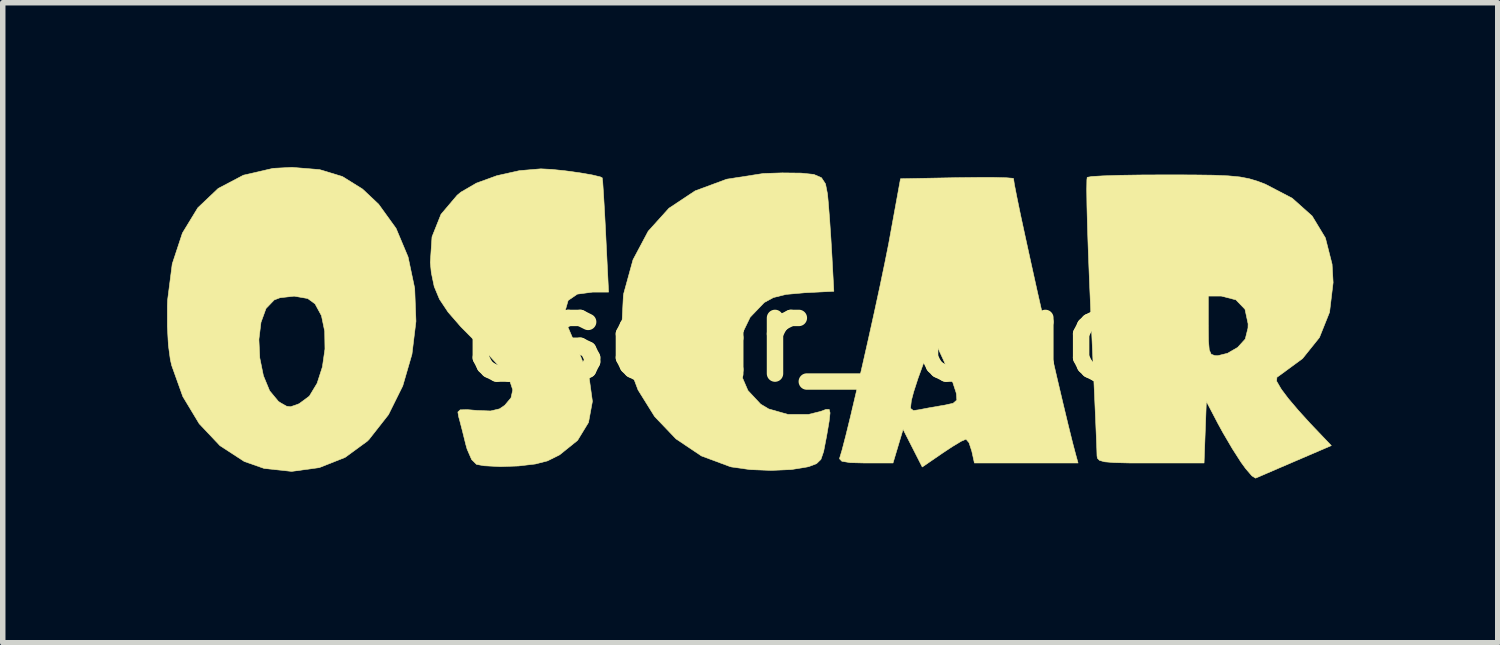
<source format=kicad_pcb>
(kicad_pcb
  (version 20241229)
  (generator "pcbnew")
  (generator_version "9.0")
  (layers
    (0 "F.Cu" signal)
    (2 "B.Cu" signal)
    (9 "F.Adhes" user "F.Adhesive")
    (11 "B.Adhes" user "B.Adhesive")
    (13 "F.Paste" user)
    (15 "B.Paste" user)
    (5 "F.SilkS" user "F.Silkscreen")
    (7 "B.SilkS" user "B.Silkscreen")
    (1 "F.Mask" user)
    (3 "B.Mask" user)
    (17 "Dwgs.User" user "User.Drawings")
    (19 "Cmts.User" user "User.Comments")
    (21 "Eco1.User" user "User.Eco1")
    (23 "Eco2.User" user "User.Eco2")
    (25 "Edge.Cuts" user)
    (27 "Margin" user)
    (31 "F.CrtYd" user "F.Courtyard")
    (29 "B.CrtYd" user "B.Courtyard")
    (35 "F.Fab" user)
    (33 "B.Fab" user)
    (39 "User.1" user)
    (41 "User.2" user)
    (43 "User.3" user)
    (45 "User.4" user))
  (footprint "oscar_logo"
    (layer "F.Cu")
    (at 11.605 3.08)
    (property "Reference" "oscar_logo" (at 0 0 0) (layer "F.SilkS") (effects (font (size 1.524 1.524) (thickness 0.3))))
    (attr through_hole)
    (fp_poly (pts (xy -0.029 -2.97) (xy 0.201 -2.946) (xy 0.34 -2.886) (xy 0.414 -2.773) (xy 0.45 -2.59) (xy 0.464 -2.442) (xy 0.488 -2.139) (xy 0.513 -1.77) (xy 0.534 -1.413) (xy 0.534 -1.405) (xy 0.566 -0.813) (xy 0.033 -0.786) (xy -0.305 -0.756) (xy -0.539 -0.698) (xy -0.704 -0.608) (xy -0.961 -0.34) (xy -1.119 -0.014) (xy -1.177 0.338) (xy -1.137 0.686) (xy -1.002 0.999) (xy -0.77 1.247) (xy -0.623 1.335) (xy -0.271 1.435) (xy 0.103 1.435) (xy 0.322 1.381) (xy 0.424 1.343) (xy 0.481 1.343) (xy 0.497 1.407) (xy 0.48 1.561) (xy 0.434 1.831) (xy 0.428 1.861) (xy 0.38 2.111) (xy 0.33 2.256) (xy 0.251 2.333) (xy 0.121 2.383) (xy 0.084 2.393) (xy -0.208 2.441) (xy -0.577 2.457) (xy -0.961 2.442) (xy -1.297 2.395) (xy -1.326 2.388) (xy -1.851 2.193) (xy -2.315 1.882) (xy -2.705 1.474) (xy -3.008 0.988) (xy -3.212 0.446) (xy -3.306 -0.133) (xy -3.276 -0.73) (xy -3.27 -0.77) (xy -3.1 -1.388) (xy -2.823 -1.909) (xy -2.444 -2.329) (xy -1.966 -2.646) (xy -1.39 -2.859) (xy -0.721 -2.963) (xy -0.377 -2.974) (xy -0.029 -2.97)) (stroke (width 0.01) (type solid)) (fill yes) (layer "F.SilkS"))
    (fp_poly (pts (xy -8.821 -3.034) (xy -8.405 -2.908) (xy -8.037 -2.679) (xy -7.744 -2.403) (xy -7.425 -1.961) (xy -7.206 -1.44) (xy -7.085 -0.866) (xy -7.062 -0.265) (xy -7.135 0.336) (xy -7.303 0.914) (xy -7.564 1.44) (xy -7.918 1.891) (xy -7.951 1.924) (xy -8.356 2.22) (xy -8.827 2.406) (xy -9.33 2.475) (xy -9.833 2.421) (xy -10.196 2.294) (xy -10.639 2.006) (xy -11.019 1.604) (xy -11.318 1.108) (xy -11.521 0.541) (xy -11.546 0.432) (xy -11.581 0.172) (xy -11.587 0.066) (xy -9.929 0.066) (xy -9.913 0.403) (xy -9.847 0.728) (xy -9.733 1.004) (xy -9.573 1.197) (xy -9.532 1.224) (xy -9.424 1.285) (xy -9.352 1.295) (xy -9.24 1.257) (xy -9.194 1.239) (xy -9.008 1.101) (xy -8.866 0.866) (xy -8.77 0.568) (xy -8.723 0.241) (xy -8.728 -0.083) (xy -8.787 -0.368) (xy -8.904 -0.583) (xy -9.038 -0.681) (xy -9.285 -0.724) (xy -9.544 -0.695) (xy -9.649 -0.655) (xy -9.799 -0.499) (xy -9.891 -0.246) (xy -9.929 0.066) (xy -11.587 0.066) (xy -11.6 -0.173) (xy -11.6 -0.545) (xy -11.596 -0.65) (xy -11.511 -1.312) (xy -11.325 -1.876) (xy -11.044 -2.337) (xy -10.672 -2.69) (xy -10.212 -2.932) (xy -9.67 -3.057) (xy -9.325 -3.075) (xy -8.821 -3.034)) (stroke (width 0.01) (type solid)) (fill yes) (layer "F.SilkS"))
    (fp_poly (pts (xy -4.585 -3.038) (xy -4.334 -3.012) (xy -4.073 -2.976) (xy -3.846 -2.937) (xy -3.696 -2.901) (xy -3.662 -2.884) (xy -3.653 -2.809) (xy -3.64 -2.616) (xy -3.623 -2.33) (xy -3.604 -1.978) (xy -3.597 -1.832) (xy -3.546 -0.798) (xy -3.836 -0.798) (xy -4.116 -0.761) (xy -4.284 -0.646) (xy -4.341 -0.447) (xy -4.289 -0.162) (xy -4.128 0.216) (xy -4.094 0.283) (xy -3.901 0.761) (xy -3.841 1.196) (xy -3.912 1.581) (xy -4.112 1.909) (xy -4.44 2.173) (xy -4.661 2.283) (xy -4.884 2.34) (xy -5.191 2.376) (xy -5.523 2.388) (xy -5.818 2.372) (xy -5.957 2.347) (xy -6.046 2.259) (xy -6.129 2.068) (xy -6.155 1.975) (xy -6.214 1.736) (xy -6.266 1.536) (xy -6.282 1.48) (xy -6.297 1.391) (xy -6.254 1.351) (xy -6.122 1.348) (xy -5.955 1.362) (xy -5.7 1.372) (xy -5.536 1.333) (xy -5.441 1.268) (xy -5.327 1.132) (xy -5.295 0.987) (xy -5.351 0.816) (xy -5.504 0.599) (xy -5.761 0.32) (xy -5.911 0.17) (xy -6.241 -0.163) (xy -6.476 -0.433) (xy -6.633 -0.669) (xy -6.729 -0.9) (xy -6.782 -1.154) (xy -6.8 -1.339) (xy -6.769 -1.807) (xy -6.605 -2.218) (xy -6.31 -2.566) (xy -6.241 -2.623) (xy -5.959 -2.787) (xy -5.585 -2.923) (xy -5.173 -3.015) (xy -4.784 -3.048) (xy -4.585 -3.038)) (stroke (width 0.01) (type solid)) (fill yes) (layer "F.SilkS"))
    (fp_poly (pts (xy 3.493 -2.891) (xy 3.719 -2.885) (xy 3.836 -2.875) (xy 3.846 -2.87) (xy 3.862 -2.762) (xy 3.907 -2.532) (xy 3.975 -2.202) (xy 4.064 -1.791) (xy 4.167 -1.321) (xy 4.28 -0.81) (xy 4.4 -0.281) (xy 4.52 0.248) (xy 4.637 0.756) (xy 4.747 1.223) (xy 4.844 1.627) (xy 4.924 1.95) (xy 4.979 2.159) (xy 5.024 2.322) (xy 3.132 2.322) (xy 3.084 2.105) (xy 3.034 1.952) (xy 2.979 1.887) (xy 2.978 1.887) (xy 2.891 1.925) (xy 2.725 2.025) (xy 2.55 2.141) (xy 2.18 2.395) (xy 2.005 2.051) (xy 1.83 1.707) (xy 1.738 2.015) (xy 1.646 2.322) (xy 1.142 2.322) (xy 0.864 2.315) (xy 0.713 2.29) (xy 0.669 2.245) (xy 0.672 2.232) (xy 0.716 2.085) (xy 0.785 1.82) (xy 0.873 1.461) (xy 0.905 1.324) (xy 1.965 1.324) (xy 2.018 1.364) (xy 2.113 1.351) (xy 2.302 1.315) (xy 2.537 1.274) (xy 2.565 1.27) (xy 2.743 1.232) (xy 2.811 1.173) (xy 2.803 1.059) (xy 2.796 1.03) (xy 2.739 0.856) (xy 2.643 0.615) (xy 2.564 0.435) (xy 2.38 0.036) (xy 2.201 0.506) (xy 2.102 0.778) (xy 2.022 1.026) (xy 1.981 1.181) (xy 1.965 1.324) (xy 0.905 1.324) (xy 0.974 1.031) (xy 1.084 0.556) (xy 1.197 0.057) (xy 1.307 -0.439) (xy 1.409 -0.911) (xy 1.497 -1.333) (xy 1.567 -1.682) (xy 1.588 -1.798) (xy 1.783 -2.867) (xy 2.815 -2.887) (xy 3.183 -2.891) (xy 3.493 -2.891)) (stroke (width 0.01) (type solid)) (fill yes) (layer "F.SilkS"))
    (fp_poly (pts (xy 6.628 -2.938) (xy 7.119 -2.937) (xy 7.491 -2.932) (xy 7.769 -2.92) (xy 7.979 -2.9) (xy 8.146 -2.868) (xy 8.297 -2.823) (xy 8.442 -2.768) (xy 8.933 -2.512) (xy 9.297 -2.187) (xy 9.539 -1.787) (xy 9.661 -1.307) (xy 9.68 -0.973) (xy 9.615 -0.431) (xy 9.43 0.031) (xy 9.122 0.415) (xy 8.74 0.696) (xy 8.654 0.757) (xy 8.648 0.827) (xy 8.723 0.957) (xy 8.742 0.986) (xy 8.861 1.144) (xy 9.044 1.36) (xy 9.252 1.589) (xy 9.263 1.601) (xy 9.647 2.004) (xy 8.981 2.29) (xy 8.694 2.413) (xy 8.458 2.515) (xy 8.305 2.581) (xy 8.264 2.598) (xy 8.198 2.557) (xy 8.084 2.425) (xy 7.999 2.308) (xy 7.84 2.06) (xy 7.667 1.765) (xy 7.575 1.597) (xy 7.366 1.197) (xy 7.345 1.76) (xy 7.324 2.322) (xy 6.347 2.322) (xy 5.953 2.321) (xy 5.681 2.314) (xy 5.51 2.3) (xy 5.416 2.274) (xy 5.377 2.234) (xy 5.37 2.191) (xy 5.367 2.089) (xy 5.358 1.86) (xy 5.344 1.522) (xy 5.325 1.092) (xy 5.302 0.589) (xy 5.277 0.031) (xy 5.258 -0.394) (xy 5.244 -0.726) (xy 7.402 -0.726) (xy 7.402 -0.181) (xy 7.405 0.096) (xy 7.419 0.258) (xy 7.454 0.336) (xy 7.52 0.361) (xy 7.574 0.363) (xy 7.752 0.319) (xy 7.937 0.212) (xy 8.076 0.059) (xy 8.126 -0.142) (xy 8.128 -0.219) (xy 8.071 -0.485) (xy 7.905 -0.657) (xy 7.641 -0.725) (xy 7.604 -0.726) (xy 7.402 -0.726) (xy 5.244 -0.726) (xy 5.233 -0.977) (xy 5.212 -1.512) (xy 5.196 -1.984) (xy 5.186 -2.375) (xy 5.182 -2.668) (xy 5.185 -2.846) (xy 5.191 -2.893) (xy 5.275 -2.908) (xy 5.481 -2.92) (xy 5.785 -2.93) (xy 6.165 -2.936) (xy 6.597 -2.938) (xy 6.628 -2.938)) (stroke (width 0.01) (type solid)) (fill yes) (layer "F.SilkS")))
  (gr_rect
    (start -3 -3)
    (end 24.29 8.683)
    (stroke (width 0.1) (type default))
    (fill no)
    (layer "Edge.Cuts")))
</source>
